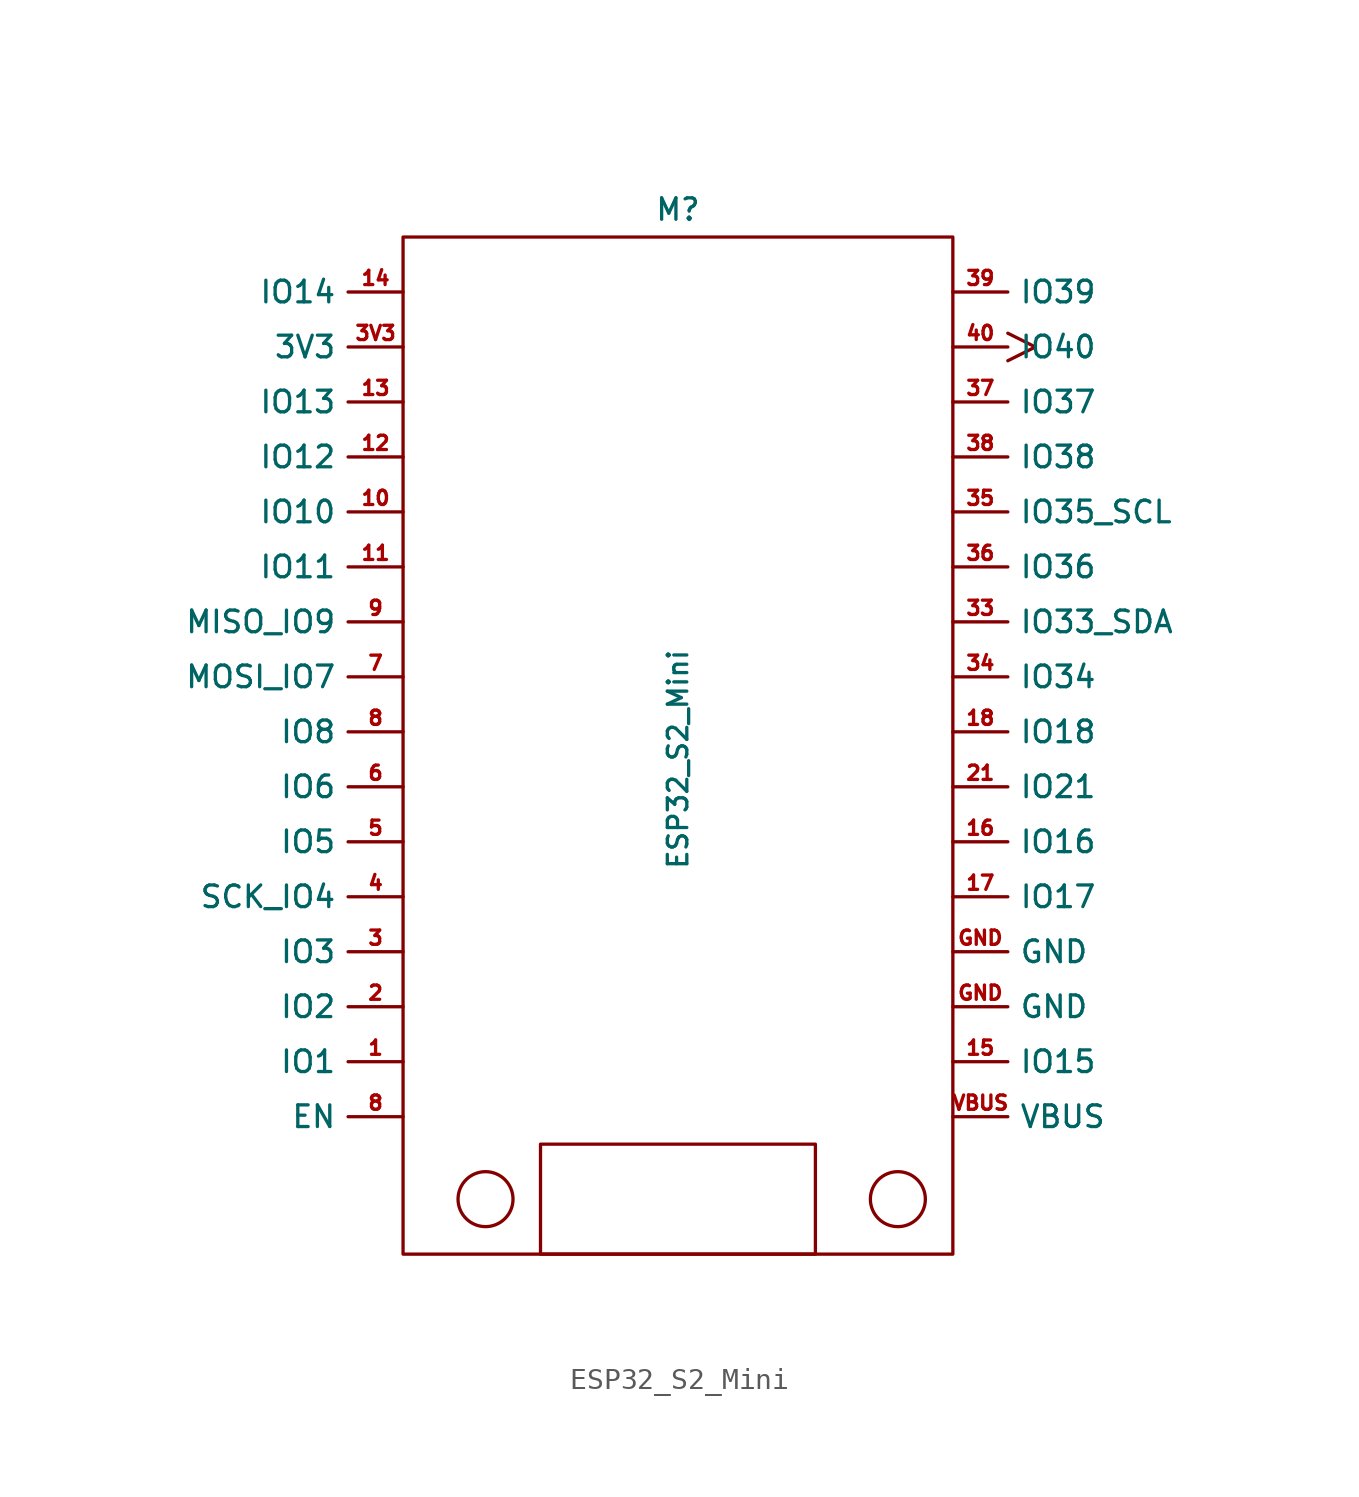
<source format=kicad_sym>
(kicad_symbol_lib
  (version 20211014)
  (generator kicad_symbol_editor)
  (symbol "ESP32_S2_Mini"
    (property "Reference" "M"
      (at -24.13 33.02 0)
      (effects (font (size 0.99 0.99))))
    (property "Value" "ESP32_S2_Mini"
      (at -24.13 7.62 90)
      (effects (font (size 0.9 0.9))))
    (symbol "ESP32_S2_Mini_0_1"
      (rectangle (start -36.83 31.75) (end -11.43 -15.24) (stroke (width 0) (type default) (color 0 0 0 0)) (fill (type none)))
      (circle (center -33.02 -12.7) (radius 1.27) (stroke (width 0) (type default) (color 0 0 0 0)) (fill (type none)))
      (rectangle (start -30.48 -10.16) (end -17.78 -15.24) (stroke (width 0) (type default) (color 0 0 0 0)) (fill (type none)))
      (circle (center -13.97 -12.7) (radius 1.27) (stroke (width 0) (type default) (color 0 0 0 0)) (fill (type none))))
    (symbol "ESP32_S2_Mini_1_1"
      (pin bidirectional line (at -36.83 -6.35 180) (length 2.54) (name "IO1" (effects (font (size 1 1)))) (number "1" (effects (font (size 0.66 0.66)))))
      (pin bidirectional line (at -36.83 19.05 180) (length 2.54) (name "IO10" (effects (font (size 1 1)))) (number "10" (effects (font (size 0.66 0.66)))))
      (pin bidirectional line (at -36.83 16.51 180) (length 2.54) (name "IO11" (effects (font (size 1 1)))) (number "11" (effects (font (size 0.66 0.66)))))
      (pin bidirectional line (at -36.83 21.59 180) (length 2.54) (name "IO12" (effects (font (size 1 1)))) (number "12" (effects (font (size 0.66 0.66)))))
      (pin bidirectional line (at -36.83 24.13 180) (length 2.54) (name "IO13" (effects (font (size 1 1)))) (number "13" (effects (font (size 0.66 0.66)))))
      (pin bidirectional line (at -36.83 29.21 180) (length 2.54) (name "IO14" (effects (font (size 1 1)))) (number "14" (effects (font (size 0.66 0.66)))))
      (pin bidirectional line (at -11.43 -6.35 0) (length 2.54) (name "IO15" (effects (font (size 1 1)))) (number "15" (effects (font (size 0.66 0.66)))))
      (pin bidirectional line (at -11.43 3.81 0) (length 2.54) (name "IO16" (effects (font (size 1 1)))) (number "16" (effects (font (size 0.66 0.66)))))
      (pin bidirectional line (at -11.43 1.27 0) (length 2.54) (name "IO17" (effects (font (size 1 1)))) (number "17" (effects (font (size 0.66 0.66)))))
      (pin bidirectional line (at -11.43 8.89 0) (length 2.54) (name "IO18" (effects (font (size 1 1)))) (number "18" (effects (font (size 0.66 0.66)))))
      (pin bidirectional line (at -36.83 -3.81 180) (length 2.54) (name "IO2" (effects (font (size 1 1)))) (number "2" (effects (font (size 0.66 0.66)))))
      (pin bidirectional line (at -11.43 6.35 0) (length 2.54) (name "IO21" (effects (font (size 1 1)))) (number "21" (effects (font (size 0.66 0.66)))))
      (pin bidirectional line (at -36.83 -1.27 180) (length 2.54) (name "IO3" (effects (font (size 1 1)))) (number "3" (effects (font (size 0.66 0.66)))))
      (pin bidirectional line (at -11.43 13.97 0) (length 2.54) (name "IO33_SDA" (effects (font (size 1 1)))) (number "33" (effects (font (size 0.66 0.66)))))
      (pin bidirectional line (at -11.43 11.43 0) (length 2.54) (name "IO34" (effects (font (size 1 1)))) (number "34" (effects (font (size 0.66 0.66)))))
      (pin bidirectional line (at -11.43 19.05 0) (length 2.54) (name "IO35_SCL" (effects (font (size 1 1)))) (number "35" (effects (font (size 0.66 0.66)))))
      (pin bidirectional line (at -11.43 16.51 0) (length 2.54) (name "IO36" (effects (font (size 1 1)))) (number "36" (effects (font (size 0.66 0.66)))))
      (pin bidirectional line (at -11.43 24.13 0) (length 2.54) (name "IO37" (effects (font (size 1 1)))) (number "37" (effects (font (size 0.66 0.66)))))
      (pin bidirectional line (at -11.43 21.59 0) (length 2.54) (name "IO38" (effects (font (size 1 1)))) (number "38" (effects (font (size 0.66 0.66)))))
      (pin bidirectional line (at -11.43 29.21 0) (length 2.54) (name "IO39" (effects (font (size 1 1)))) (number "39" (effects (font (size 0.66 0.66)))))
      (pin input line (at -36.83 26.67 180) (length 2.54) (name "3V3" (effects (font (size 1 1)))) (number "3V3" (effects (font (size 0.66 0.66)))))
      (pin bidirectional line (at -36.83 1.27 180) (length 2.54) (name "SCK_IO4" (effects (font (size 1 1)))) (number "4" (effects (font (size 0.66 0.66)))))
      (pin bidirectional clock (at -11.43 26.67 0) (length 2.54) (name "IO40" (effects (font (size 1 1)))) (number "40" (effects (font (size 0.66 0.66)))))
      (pin bidirectional line (at -36.83 3.81 180) (length 2.54) (name "IO5" (effects (font (size 1 1)))) (number "5" (effects (font (size 0.66 0.66)))))
      (pin bidirectional line (at -36.83 6.35 180) (length 2.54) (name "IO6" (effects (font (size 1 1)))) (number "6" (effects (font (size 0.66 0.66)))))
      (pin bidirectional line (at -36.83 11.43 180) (length 2.54) (name "MOSI_IO7" (effects (font (size 1 1)))) (number "7" (effects (font (size 0.66 0.66)))))
      (pin bidirectional line (at -36.83 -8.89 180) (length 2.54) (name "EN" (effects (font (size 1 1)))) (number "8" (effects (font (size 0.66 0.66)))))
      (pin bidirectional line (at -36.83 8.89 180) (length 2.54) (name "IO8" (effects (font (size 1 1)))) (number "8" (effects (font (size 0.66 0.66)))))
      (pin bidirectional line (at -36.83 13.97 180) (length 2.54) (name "MISO_IO9" (effects (font (size 1 1)))) (number "9" (effects (font (size 0.66 0.66)))))
      (pin output line (at -11.43 -3.81 0) (length 2.54) (name "GND" (effects (font (size 1 1)))) (number "GND" (effects (font (size 0.66 0.66)))))
      (pin output line (at -11.43 -1.27 0) (length 2.54) (name "GND" (effects (font (size 1 1)))) (number "GND" (effects (font (size 0.66 0.66)))))
      (pin input line (at -11.43 -8.89 0) (length 2.54) (name "VBUS" (effects (font (size 1 1)))) (number "VBUS" (effects (font (size 0.66 0.66))))))))
</source>
